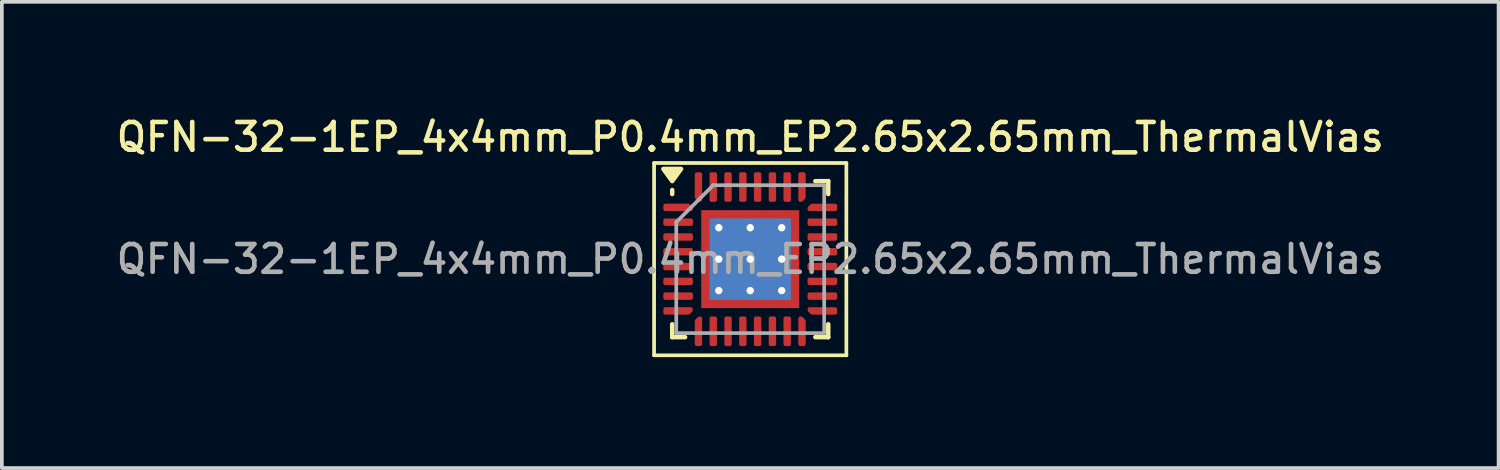
<source format=kicad_pcb>
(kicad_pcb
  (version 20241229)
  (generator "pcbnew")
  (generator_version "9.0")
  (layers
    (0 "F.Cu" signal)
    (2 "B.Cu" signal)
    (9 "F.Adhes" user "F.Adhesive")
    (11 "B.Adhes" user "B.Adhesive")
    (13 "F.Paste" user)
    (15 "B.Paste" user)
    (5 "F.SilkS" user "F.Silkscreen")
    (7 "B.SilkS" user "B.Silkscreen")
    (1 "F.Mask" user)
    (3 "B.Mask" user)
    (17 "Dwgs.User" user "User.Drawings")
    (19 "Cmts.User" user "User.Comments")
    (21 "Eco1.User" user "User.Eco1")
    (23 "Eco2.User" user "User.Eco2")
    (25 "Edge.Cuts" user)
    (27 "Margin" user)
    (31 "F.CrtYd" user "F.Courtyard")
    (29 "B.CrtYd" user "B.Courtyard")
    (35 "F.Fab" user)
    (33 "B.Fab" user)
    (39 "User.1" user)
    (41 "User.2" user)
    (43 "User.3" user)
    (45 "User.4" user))
  (footprint "QFN-32-1EP_4x4mm_P0.4mm_EP2.65x2.65mm_ThermalVias"
    (layer "F.Cu")
    (at 17.238 3.958)
    (property "Reference" "QFN-32-1EP_4x4mm_P0.4mm_EP2.65x2.65mm_ThermalVias" (at 0 -3.3 0) (layer "F.SilkS") (effects (font (size 0.75 0.75) (thickness 0.125))))
    (attr smd)
    (fp_line (start -2.6 -2.6) (end -2.6 2.6) (stroke (width 0.1) (type solid)) (layer "F.SilkS"))
    (fp_line (start -2.6 2.6) (end 2.6 2.6) (stroke (width 0.1) (type solid)) (layer "F.SilkS"))
    (fp_line (start -2.11 -1.76) (end -2.11 -1.87) (stroke (width 0.12) (type solid)) (layer "F.SilkS"))
    (fp_line (start -2.11 2.11) (end -2.11 1.76) (stroke (width 0.12) (type solid)) (layer "F.SilkS"))
    (fp_line (start -1.76 2.11) (end -2.11 2.11) (stroke (width 0.12) (type solid)) (layer "F.SilkS"))
    (fp_line (start 1.76 -2.11) (end 2.11 -2.11) (stroke (width 0.12) (type solid)) (layer "F.SilkS"))
    (fp_line (start 1.76 2.11) (end 2.11 2.11) (stroke (width 0.12) (type solid)) (layer "F.SilkS"))
    (fp_line (start 2.11 -2.11) (end 2.11 -1.76) (stroke (width 0.12) (type solid)) (layer "F.SilkS"))
    (fp_line (start 2.11 2.11) (end 2.11 1.76) (stroke (width 0.12) (type solid)) (layer "F.SilkS"))
    (fp_line (start 2.6 -2.6) (end -2.6 -2.6) (stroke (width 0.1) (type solid)) (layer "F.SilkS"))
    (fp_line (start 2.6 2.6) (end 2.6 -2.6) (stroke (width 0.1) (type solid)) (layer "F.SilkS"))
    (fp_poly (pts (xy -2.11 -2.11) (xy -2.35 -2.44) (xy -1.87 -2.44) (xy -2.11 -2.11)) (stroke (width 0.12) (type solid)) (fill yes) (layer "F.SilkS"))
    (fp_line (start -2 -1) (end -1 -2) (stroke (width 0.1) (type solid)) (layer "F.Fab"))
    (fp_line (start -2 2) (end -2 -1) (stroke (width 0.1) (type solid)) (layer "F.Fab"))
    (fp_line (start -1 -2) (end 2 -2) (stroke (width 0.1) (type solid)) (layer "F.Fab"))
    (fp_line (start 2 -2) (end 2 2) (stroke (width 0.1) (type solid)) (layer "F.Fab"))
    (fp_line (start 2 2) (end -2 2) (stroke (width 0.1) (type solid)) (layer "F.Fab"))
    (fp_text user "${REFERENCE}" (at 0 0 0) (layer "F.Fab") (effects (font (size 0.75 0.75) (thickness 0.125))))
    (pad "" smd custom (at -1.087 -1.087) (size 0.248 0.248) (layers "F.Paste") (options (anchor circle)) (primitives (gr_poly (pts (xy -0.096 -0.096) (xy 0.096 -0.096) (xy 0.096 -0.039) (xy -0.039 0.096) (xy -0.096 0.096)) (width 0.191) (fill yes))))
    (pad "" smd custom (at -1.087 -0.425) (size 0.274 0.274) (layers "F.Paste") (options (anchor circle)) (primitives (gr_poly (pts (xy -0.096 -0.247) (xy -0.003 -0.247) (xy 0.096 -0.149) (xy 0.096 0.149) (xy -0.003 0.247) (xy -0.096 0.247)) (width 0.191) (fill yes))))
    (pad "" smd custom (at -1.087 0.425) (size 0.274 0.274) (layers "F.Paste") (options (anchor circle)) (primitives (gr_poly (pts (xy -0.096 -0.247) (xy -0.003 -0.247) (xy 0.096 -0.149) (xy 0.096 0.149) (xy -0.003 0.247) (xy -0.096 0.247)) (width 0.191) (fill yes))))
    (pad "" smd custom (at -1.087 1.087) (size 0.248 0.248) (layers "F.Paste") (options (anchor circle)) (primitives (gr_poly (pts (xy -0.096 -0.096) (xy -0.039 -0.096) (xy 0.096 0.039) (xy 0.096 0.096) (xy -0.096 0.096)) (width 0.191) (fill yes))))
    (pad "" smd custom (at -0.425 -1.087) (size 0.274 0.274) (layers "F.Paste") (options (anchor circle)) (primitives (gr_poly (pts (xy -0.247 -0.096) (xy 0.247 -0.096) (xy 0.247 -0.003) (xy 0.149 0.096) (xy -0.149 0.096) (xy -0.247 -0.003)) (width 0.191) (fill yes))))
    (pad "" smd custom (at -0.425 -0.425) (size 0.602 0.602) (layers "F.Paste") (options (anchor circle)) (primitives (gr_poly (pts (xy -0.259 -0.19) (xy -0.19 -0.259) (xy 0.19 -0.259) (xy 0.259 -0.19) (xy 0.259 0.19) (xy 0.19 0.259) (xy -0.19 0.259) (xy -0.259 0.19)) (width 0.167) (fill yes))))
    (pad "" smd custom (at -0.425 0.425) (size 0.602 0.602) (layers "F.Paste") (options (anchor circle)) (primitives (gr_poly (pts (xy -0.259 -0.19) (xy -0.19 -0.259) (xy 0.19 -0.259) (xy 0.259 -0.19) (xy 0.259 0.19) (xy 0.19 0.259) (xy -0.19 0.259) (xy -0.259 0.19)) (width 0.167) (fill yes))))
    (pad "" smd custom (at -0.425 1.087) (size 0.274 0.274) (layers "F.Paste") (options (anchor circle)) (primitives (gr_poly (pts (xy -0.247 0.003) (xy -0.149 -0.096) (xy 0.149 -0.096) (xy 0.247 0.003) (xy 0.247 0.096) (xy -0.247 0.096)) (width 0.191) (fill yes))))
    (pad "" smd custom (at 0.425 -1.087) (size 0.274 0.274) (layers "F.Paste") (options (anchor circle)) (primitives (gr_poly (pts (xy -0.247 -0.096) (xy 0.247 -0.096) (xy 0.247 -0.003) (xy 0.149 0.096) (xy -0.149 0.096) (xy -0.247 -0.003)) (width 0.191) (fill yes))))
    (pad "" smd custom (at 0.425 -0.425) (size 0.602 0.602) (layers "F.Paste") (options (anchor circle)) (primitives (gr_poly (pts (xy -0.259 -0.19) (xy -0.19 -0.259) (xy 0.19 -0.259) (xy 0.259 -0.19) (xy 0.259 0.19) (xy 0.19 0.259) (xy -0.19 0.259) (xy -0.259 0.19)) (width 0.167) (fill yes))))
    (pad "" smd custom (at 0.425 0.425) (size 0.602 0.602) (layers "F.Paste") (options (anchor circle)) (primitives (gr_poly (pts (xy -0.259 -0.19) (xy -0.19 -0.259) (xy 0.19 -0.259) (xy 0.259 -0.19) (xy 0.259 0.19) (xy 0.19 0.259) (xy -0.19 0.259) (xy -0.259 0.19)) (width 0.167) (fill yes))))
    (pad "" smd custom (at 0.425 1.087) (size 0.274 0.274) (layers "F.Paste") (options (anchor circle)) (primitives (gr_poly (pts (xy -0.247 0.003) (xy -0.149 -0.096) (xy 0.149 -0.096) (xy 0.247 0.003) (xy 0.247 0.096) (xy -0.247 0.096)) (width 0.191) (fill yes))))
    (pad "" smd custom (at 1.087 -1.087) (size 0.248 0.248) (layers "F.Paste") (options (anchor circle)) (primitives (gr_poly (pts (xy -0.096 -0.096) (xy 0.096 -0.096) (xy 0.096 0.096) (xy 0.039 0.096) (xy -0.096 -0.039)) (width 0.191) (fill yes))))
    (pad "" smd custom (at 1.087 -0.425) (size 0.274 0.274) (layers "F.Paste") (options (anchor circle)) (primitives (gr_poly (pts (xy -0.096 -0.149) (xy 0.003 -0.247) (xy 0.096 -0.247) (xy 0.096 0.247) (xy 0.003 0.247) (xy -0.096 0.149)) (width 0.191) (fill yes))))
    (pad "" smd custom (at 1.087 0.425) (size 0.274 0.274) (layers "F.Paste") (options (anchor circle)) (primitives (gr_poly (pts (xy -0.096 -0.149) (xy 0.003 -0.247) (xy 0.096 -0.247) (xy 0.096 0.247) (xy 0.003 0.247) (xy -0.096 0.149)) (width 0.191) (fill yes))))
    (pad "" smd custom (at 1.087 1.087) (size 0.248 0.248) (layers "F.Paste") (options (anchor circle)) (primitives (gr_poly (pts (xy -0.096 0.039) (xy 0.039 -0.096) (xy 0.096 -0.096) (xy 0.096 0.096) (xy -0.096 0.096)) (width 0.191) (fill yes))))
    (pad "1" smd custom (at -1.95 -1.4) (size 0.129 0.129) (layers "F.Cu" "F.Mask" "F.Paste") (options (anchor circle)) (primitives (gr_poly (pts (xy -0.35 -0.05) (xy 0.279 -0.05) (xy 0.35 0.021) (xy 0.35 0.05) (xy -0.35 0.05)) (width 0.1) (fill yes))))
    (pad "2" smd roundrect (at -1.95 -1) (size 0.8 0.2) (layers "F.Cu" "F.Mask" "F.Paste") (roundrect_rratio 0.25))
    (pad "3" smd roundrect (at -1.95 -0.6) (size 0.8 0.2) (layers "F.Cu" "F.Mask" "F.Paste") (roundrect_rratio 0.25))
    (pad "4" smd roundrect (at -1.95 -0.2) (size 0.8 0.2) (layers "F.Cu" "F.Mask" "F.Paste") (roundrect_rratio 0.25))
    (pad "5" smd roundrect (at -1.95 0.2) (size 0.8 0.2) (layers "F.Cu" "F.Mask" "F.Paste") (roundrect_rratio 0.25))
    (pad "6" smd roundrect (at -1.95 0.6) (size 0.8 0.2) (layers "F.Cu" "F.Mask" "F.Paste") (roundrect_rratio 0.25))
    (pad "7" smd roundrect (at -1.95 1) (size 0.8 0.2) (layers "F.Cu" "F.Mask" "F.Paste") (roundrect_rratio 0.25))
    (pad "8" smd custom (at -1.95 1.4) (size 0.129 0.129) (layers "F.Cu" "F.Mask" "F.Paste") (options (anchor circle)) (primitives (gr_poly (pts (xy -0.35 -0.05) (xy 0.35 -0.05) (xy 0.35 -0.021) (xy 0.279 0.05) (xy -0.35 0.05)) (width 0.1) (fill yes))))
    (pad "9" smd custom (at -1.4 1.95) (size 0.129 0.129) (layers "F.Cu" "F.Mask" "F.Paste") (options (anchor circle)) (primitives (gr_poly (pts (xy -0.05 -0.279) (xy 0.021 -0.35) (xy 0.05 -0.35) (xy 0.05 0.35) (xy -0.05 0.35)) (width 0.1) (fill yes))))
    (pad "10" smd roundrect (at -1 1.95) (size 0.2 0.8) (layers "F.Cu" "F.Mask" "F.Paste") (roundrect_rratio 0.25))
    (pad "11" smd roundrect (at -0.6 1.95) (size 0.2 0.8) (layers "F.Cu" "F.Mask" "F.Paste") (roundrect_rratio 0.25))
    (pad "12" smd roundrect (at -0.2 1.95) (size 0.2 0.8) (layers "F.Cu" "F.Mask" "F.Paste") (roundrect_rratio 0.25))
    (pad "13" smd roundrect (at 0.2 1.95) (size 0.2 0.8) (layers "F.Cu" "F.Mask" "F.Paste") (roundrect_rratio 0.25))
    (pad "14" smd roundrect (at 0.6 1.95) (size 0.2 0.8) (layers "F.Cu" "F.Mask" "F.Paste") (roundrect_rratio 0.25))
    (pad "15" smd roundrect (at 1 1.95) (size 0.2 0.8) (layers "F.Cu" "F.Mask" "F.Paste") (roundrect_rratio 0.25))
    (pad "16" smd custom (at 1.4 1.95) (size 0.129 0.129) (layers "F.Cu" "F.Mask" "F.Paste") (options (anchor circle)) (primitives (gr_poly (pts (xy -0.05 -0.35) (xy -0.021 -0.35) (xy 0.05 -0.279) (xy 0.05 0.35) (xy -0.05 0.35)) (width 0.1) (fill yes))))
    (pad "17" smd custom (at 1.95 1.4) (size 0.129 0.129) (layers "F.Cu" "F.Mask" "F.Paste") (options (anchor circle)) (primitives (gr_poly (pts (xy -0.35 -0.05) (xy 0.35 -0.05) (xy 0.35 0.05) (xy -0.279 0.05) (xy -0.35 -0.021)) (width 0.1) (fill yes))))
    (pad "18" smd roundrect (at 1.95 1) (size 0.8 0.2) (layers "F.Cu" "F.Mask" "F.Paste") (roundrect_rratio 0.25))
    (pad "19" smd roundrect (at 1.95 0.6) (size 0.8 0.2) (layers "F.Cu" "F.Mask" "F.Paste") (roundrect_rratio 0.25))
    (pad "20" smd roundrect (at 1.95 0.2) (size 0.8 0.2) (layers "F.Cu" "F.Mask" "F.Paste") (roundrect_rratio 0.25))
    (pad "21" smd roundrect (at 1.95 -0.2) (size 0.8 0.2) (layers "F.Cu" "F.Mask" "F.Paste") (roundrect_rratio 0.25))
    (pad "22" smd roundrect (at 1.95 -0.6) (size 0.8 0.2) (layers "F.Cu" "F.Mask" "F.Paste") (roundrect_rratio 0.25))
    (pad "23" smd roundrect (at 1.95 -1) (size 0.8 0.2) (layers "F.Cu" "F.Mask" "F.Paste") (roundrect_rratio 0.25))
    (pad "24" smd custom (at 1.95 -1.4) (size 0.129 0.129) (layers "F.Cu" "F.Mask" "F.Paste") (options (anchor circle)) (primitives (gr_poly (pts (xy -0.35 0.021) (xy -0.279 -0.05) (xy 0.35 -0.05) (xy 0.35 0.05) (xy -0.35 0.05)) (width 0.1) (fill yes))))
    (pad "25" smd custom (at 1.4 -1.95) (size 0.129 0.129) (layers "F.Cu" "F.Mask" "F.Paste") (options (anchor circle)) (primitives (gr_poly (pts (xy -0.05 -0.35) (xy 0.05 -0.35) (xy 0.05 0.279) (xy -0.021 0.35) (xy -0.05 0.35)) (width 0.1) (fill yes))))
    (pad "26" smd roundrect (at 1 -1.95) (size 0.2 0.8) (layers "F.Cu" "F.Mask" "F.Paste") (roundrect_rratio 0.25))
    (pad "27" smd roundrect (at 0.6 -1.95) (size 0.2 0.8) (layers "F.Cu" "F.Mask" "F.Paste") (roundrect_rratio 0.25))
    (pad "28" smd roundrect (at 0.2 -1.95) (size 0.2 0.8) (layers "F.Cu" "F.Mask" "F.Paste") (roundrect_rratio 0.25))
    (pad "29" smd roundrect (at -0.2 -1.95) (size 0.2 0.8) (layers "F.Cu" "F.Mask" "F.Paste") (roundrect_rratio 0.25))
    (pad "30" smd roundrect (at -0.6 -1.95) (size 0.2 0.8) (layers "F.Cu" "F.Mask" "F.Paste") (roundrect_rratio 0.25))
    (pad "31" smd roundrect (at -1 -1.95) (size 0.2 0.8) (layers "F.Cu" "F.Mask" "F.Paste") (roundrect_rratio 0.25))
    (pad "32" smd custom (at -1.4 -1.95) (size 0.129 0.129) (layers "F.Cu" "F.Mask" "F.Paste") (options (anchor circle)) (primitives (gr_poly (pts (xy -0.05 -0.35) (xy 0.05 -0.35) (xy 0.05 0.35) (xy 0.021 0.35) (xy -0.05 0.279)) (width 0.1) (fill yes))))
    (pad "33" thru_hole circle (at -0.85 -0.85) (size 0.5 0.5) (drill 0.2) (property pad_prop_heatsink) (layers "*.Cu"))
    (pad "33" thru_hole circle (at -0.85 0) (size 0.5 0.5) (drill 0.2) (property pad_prop_heatsink) (layers "*.Cu"))
    (pad "33" thru_hole circle (at -0.85 0.85) (size 0.5 0.5) (drill 0.2) (property pad_prop_heatsink) (layers "*.Cu"))
    (pad "33" thru_hole circle (at 0 -0.85) (size 0.5 0.5) (drill 0.2) (property pad_prop_heatsink) (layers "*.Cu"))
    (pad "33" thru_hole circle (at 0 0) (size 0.5 0.5) (drill 0.2) (property pad_prop_heatsink) (layers "*.Cu"))
    (pad "33" smd rect (at 0 0) (size 2.2 2.2) (property pad_prop_heatsink) (layers "B.Cu"))
    (pad "33" smd rect (at 0 0) (size 2.65 2.65) (property pad_prop_heatsink) (layers "F.Cu" "F.Mask"))
    (pad "33" thru_hole circle (at 0 0.85) (size 0.5 0.5) (drill 0.2) (property pad_prop_heatsink) (layers "*.Cu"))
    (pad "33" thru_hole circle (at 0.85 -0.85) (size 0.5 0.5) (drill 0.2) (property pad_prop_heatsink) (layers "*.Cu"))
    (pad "33" thru_hole circle (at 0.85 0) (size 0.5 0.5) (drill 0.2) (property pad_prop_heatsink) (layers "*.Cu"))
    (pad "33" thru_hole circle (at 0.85 0.85) (size 0.5 0.5) (drill 0.2) (property pad_prop_heatsink) (layers "*.Cu")))
  (gr_rect
    (start -3 -3)
    (end 37.475 9.608)
    (stroke (width 0.1) (type default))
    (fill no)
    (layer "Edge.Cuts")))
</source>
